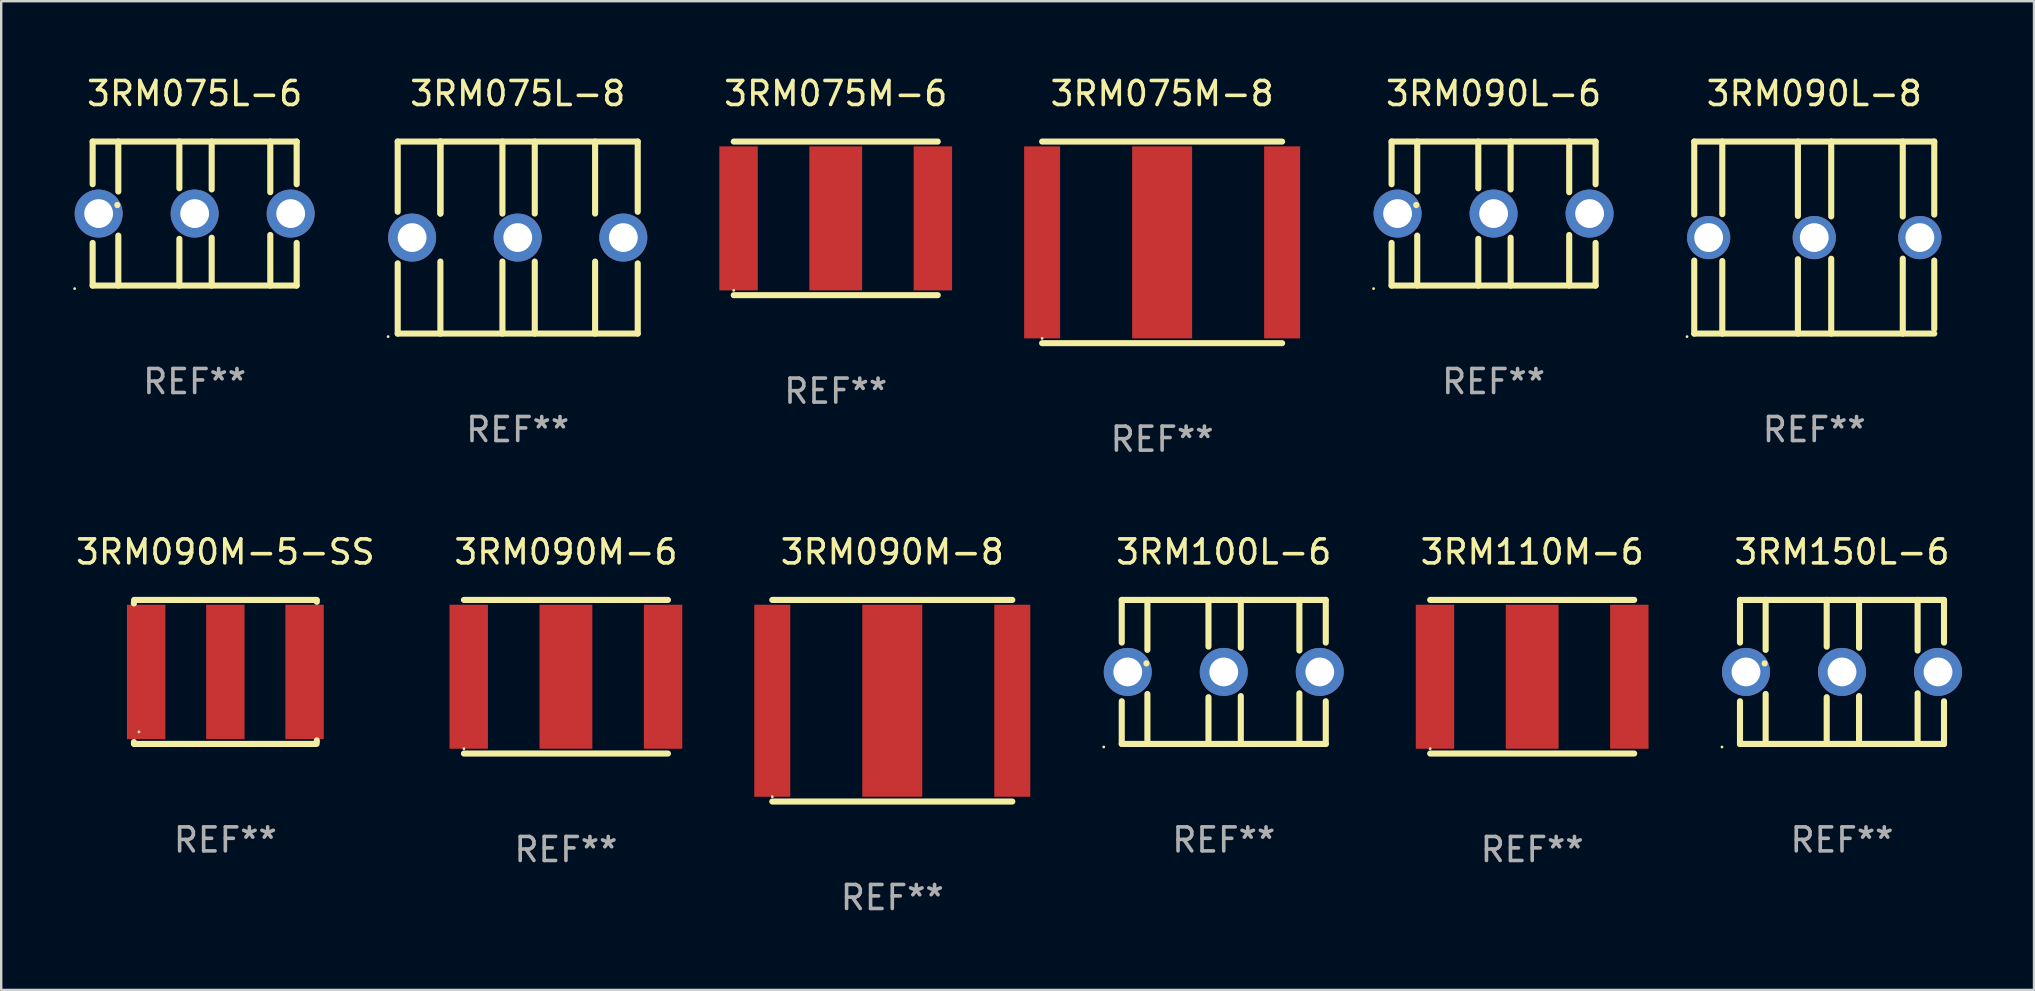
<source format=kicad_pcb>
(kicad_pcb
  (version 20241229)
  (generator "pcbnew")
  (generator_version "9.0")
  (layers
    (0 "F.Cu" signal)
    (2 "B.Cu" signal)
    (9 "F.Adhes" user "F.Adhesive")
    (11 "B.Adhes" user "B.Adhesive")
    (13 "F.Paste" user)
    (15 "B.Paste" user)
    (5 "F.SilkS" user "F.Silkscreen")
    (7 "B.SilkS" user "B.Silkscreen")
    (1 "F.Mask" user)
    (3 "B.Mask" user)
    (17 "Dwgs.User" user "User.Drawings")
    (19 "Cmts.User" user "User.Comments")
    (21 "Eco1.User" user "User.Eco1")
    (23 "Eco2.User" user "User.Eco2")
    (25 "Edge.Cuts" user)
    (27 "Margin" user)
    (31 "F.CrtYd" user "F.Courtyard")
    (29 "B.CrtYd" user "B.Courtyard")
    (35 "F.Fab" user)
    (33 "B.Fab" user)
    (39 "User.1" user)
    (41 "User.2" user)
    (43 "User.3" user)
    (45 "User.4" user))
  (footprint "3RM075M-8"
    (layer "F.Cu")
    (at 45.368 7.048)
    (property "Reference" "3RM075M-8" (at 0 -6.2 0) (layer "F.SilkS") (effects (font (size 1 1) (thickness 0.15))))
    (attr through_hole)
    (fp_line (start -5 -4.2) (end 5 -4.2) (stroke (width 0.254) (type solid)) (layer "F.SilkS"))
    (fp_line (start -5 4.2) (end 5 4.2) (stroke (width 0.254) (type solid)) (layer "F.SilkS"))
    (fp_circle (center -5 4) (end -4.97 4) (stroke (width 0.06) (type solid)) (fill no) (layer "F.SilkS"))
    (fp_text user "REF**" (at 0 8.2 0) (layer "F.Fab") (effects (font (size 1 1) (thickness 0.15))))
    (pad "1" smd rect (at -5 0) (size 1.5 8) (layers "F.Cu" "F.Mask" "F.Paste"))
    (pad "2" smd rect (at 5 0) (size 1.5 8) (layers "F.Cu" "F.Mask" "F.Paste"))
    (pad "3" smd rect (at 0 0) (size 2.5 8) (layers "F.Cu" "F.Mask" "F.Paste")))
  (footprint "3RM090L-6"
    (layer "F.Cu")
    (at 59.178 5.848)
    (property "Reference" "3RM090L-6" (at 0 -5 0) (layer "F.SilkS") (effects (font (size 1 1) (thickness 0.15))))
    (attr through_hole)
    (fp_line (start -4.25 -3) (end -4.25 -1.222) (stroke (width 0.254) (type solid)) (layer "F.SilkS"))
    (fp_line (start -4.25 -3) (end 4.25 -3) (stroke (width 0.254) (type solid)) (layer "F.SilkS"))
    (fp_line (start -4.25 1.222) (end -4.25 3) (stroke (width 0.254) (type solid)) (layer "F.SilkS"))
    (fp_line (start -4.25 3) (end 4.25 3) (stroke (width 0.254) (type solid)) (layer "F.SilkS"))
    (fp_line (start -3.222 -0.359) (end -3.222 -0.353) (stroke (width 0.254) (type solid)) (layer "F.SilkS"))
    (fp_line (start -3.181 -3) (end -3.181 -0.918) (stroke (width 0.254) (type solid)) (layer "F.SilkS"))
    (fp_line (start -3.181 0.918) (end -3.181 3) (stroke (width 0.254) (type solid)) (layer "F.SilkS"))
    (fp_line (start -0.637 -1.053) (end -0.637 -3) (stroke (width 0.254) (type solid)) (layer "F.SilkS"))
    (fp_line (start -0.637 3) (end -0.637 1.053) (stroke (width 0.254) (type solid)) (layer "F.SilkS"))
    (fp_line (start 0.71 -3) (end 0.71 -1.006) (stroke (width 0.254) (type solid)) (layer "F.SilkS"))
    (fp_line (start 0.71 1.006) (end 0.71 3) (stroke (width 0.254) (type solid)) (layer "F.SilkS"))
    (fp_line (start 3.151 -3) (end 3.151 -0.891) (stroke (width 0.254) (type solid)) (layer "F.SilkS"))
    (fp_line (start 3.151 0.891) (end 3.151 3) (stroke (width 0.254) (type solid)) (layer "F.SilkS"))
    (fp_line (start 4.25 -3) (end 4.25 -1.222) (stroke (width 0.254) (type solid)) (layer "F.SilkS"))
    (fp_line (start 4.25 1.222) (end 4.25 3) (stroke (width 0.254) (type solid)) (layer "F.SilkS"))
    (fp_circle (center -5 3.127) (end -4.97 3.127) (stroke (width 0.06) (type solid)) (fill no) (layer "F.SilkS"))
    (fp_text user "REF**" (at 0 7 0) (layer "F.Fab") (effects (font (size 1 1) (thickness 0.15))))
    (pad "1" thru_hole circle (at -4 0) (size 2 2) (drill 1.2) (layers "*.Cu" "*.Mask"))
    (pad "2" thru_hole circle (at 4 0) (size 2 2) (drill 1.2) (layers "*.Cu" "*.Mask"))
    (pad "3" thru_hole circle (at 0 0) (size 2 2) (drill 1.2) (layers "*.Cu" "*.Mask")))
  (footprint "3RM090M-5-SS"
    (layer "F.Cu")
    (at 6.339 24.945)
    (property "Reference" "3RM090M-5-SS" (at 0 -5 0) (layer "F.SilkS") (effects (font (size 1 1) (thickness 0.15))))
    (attr through_hole)
    (fp_line (start -3.81 -2.921) (end -3.81 -2.852) (stroke (width 0.254) (type solid)) (layer "F.SilkS"))
    (fp_line (start -3.81 2.921) (end -3.81 2.99) (stroke (width 0.254) (type solid)) (layer "F.SilkS"))
    (fp_line (start -3.8 -3) (end 3.8 -3) (stroke (width 0.254) (type solid)) (layer "F.SilkS"))
    (fp_line (start -3.8 3) (end 3.8 3) (stroke (width 0.254) (type solid)) (layer "F.SilkS"))
    (fp_line (start 3.81 -2.921) (end 3.81 -2.99) (stroke (width 0.254) (type solid)) (layer "F.SilkS"))
    (fp_line (start 3.81 2.921) (end 3.81 2.852) (stroke (width 0.254) (type solid)) (layer "F.SilkS"))
    (fp_circle (center -3.6 2.5) (end -3.57 2.5) (stroke (width 0.06) (type solid)) (fill no) (layer "F.SilkS"))
    (fp_text user "REF**" (at 0 7 0) (layer "F.Fab") (effects (font (size 1 1) (thickness 0.15))))
    (pad "1" smd rect (at -3.3 0) (size 1.6 5.6) (layers "F.Cu" "F.Mask" "F.Paste"))
    (pad "2" smd rect (at 3.3 0) (size 1.6 5.6) (layers "F.Cu" "F.Mask" "F.Paste"))
    (pad "3" smd rect (at 0 0) (size 1.6 5.6) (layers "F.Cu" "F.Mask" "F.Paste")))
  (footprint "3RM150L-6"
    (layer "F.Cu")
    (at 73.694 24.945)
    (property "Reference" "3RM150L-6" (at 0 -5 0) (layer "F.SilkS") (effects (font (size 1 1) (thickness 0.15))))
    (attr through_hole)
    (fp_line (start -4.25 -3) (end -4.25 -1.222) (stroke (width 0.254) (type solid)) (layer "F.SilkS"))
    (fp_line (start -4.25 -3) (end 4.25 -3) (stroke (width 0.254) (type solid)) (layer "F.SilkS"))
    (fp_line (start -4.25 1.222) (end -4.25 3) (stroke (width 0.254) (type solid)) (layer "F.SilkS"))
    (fp_line (start -4.25 3) (end 4.25 3) (stroke (width 0.254) (type solid)) (layer "F.SilkS"))
    (fp_line (start -3.222 -0.359) (end -3.222 -0.353) (stroke (width 0.254) (type solid)) (layer "F.SilkS"))
    (fp_line (start -3.181 -3) (end -3.181 -0.918) (stroke (width 0.254) (type solid)) (layer "F.SilkS"))
    (fp_line (start -3.181 0.918) (end -3.181 3) (stroke (width 0.254) (type solid)) (layer "F.SilkS"))
    (fp_line (start -0.637 -1.053) (end -0.637 -3) (stroke (width 0.254) (type solid)) (layer "F.SilkS"))
    (fp_line (start -0.637 3) (end -0.637 1.053) (stroke (width 0.254) (type solid)) (layer "F.SilkS"))
    (fp_line (start 0.71 -3) (end 0.71 -1.006) (stroke (width 0.254) (type solid)) (layer "F.SilkS"))
    (fp_line (start 0.71 1.006) (end 0.71 3) (stroke (width 0.254) (type solid)) (layer "F.SilkS"))
    (fp_line (start 3.151 -3) (end 3.151 -0.891) (stroke (width 0.254) (type solid)) (layer "F.SilkS"))
    (fp_line (start 3.151 0.891) (end 3.151 3) (stroke (width 0.254) (type solid)) (layer "F.SilkS"))
    (fp_line (start 4.25 -3) (end 4.25 -1.222) (stroke (width 0.254) (type solid)) (layer "F.SilkS"))
    (fp_line (start 4.25 1.222) (end 4.25 3) (stroke (width 0.254) (type solid)) (layer "F.SilkS"))
    (fp_circle (center -5 3.127) (end -4.97 3.127) (stroke (width 0.06) (type solid)) (fill no) (layer "F.SilkS"))
    (fp_text user "REF**" (at 0 7 0) (layer "F.Fab") (effects (font (size 1 1) (thickness 0.15))))
    (pad "1" thru_hole circle (at -4 0) (size 2 2) (drill 1.2) (layers "*.Cu" "*.Mask"))
    (pad "2" thru_hole circle (at 4 0) (size 2 2) (drill 1.2) (layers "*.Cu" "*.Mask"))
    (pad "3" thru_hole circle (at 0 0) (size 2 2) (drill 1.2) (layers "*.Cu" "*.Mask")))
  (footprint "3RM090M-6"
    (layer "F.Cu")
    (at 20.529 25.145)
    (property "Reference" "3RM090M-6" (at 0 -5.2 0) (layer "F.SilkS") (effects (font (size 1 1) (thickness 0.15))))
    (attr through_hole)
    (fp_line (start -4.25 -3.2) (end 4.25 -3.2) (stroke (width 0.254) (type solid)) (layer "F.SilkS"))
    (fp_line (start -4.25 3.2) (end 4.25 3.2) (stroke (width 0.254) (type solid)) (layer "F.SilkS"))
    (fp_circle (center -4.25 3) (end -4.22 3) (stroke (width 0.06) (type solid)) (fill no) (layer "F.SilkS"))
    (fp_text user "REF**" (at 0 7.2 0) (layer "F.Fab") (effects (font (size 1 1) (thickness 0.15))))
    (pad "1" smd rect (at -4.05 0) (size 1.6 6) (layers "F.Cu" "F.Mask" "F.Paste"))
    (pad "2" smd rect (at 4.047 0) (size 1.6 6) (layers "F.Cu" "F.Mask" "F.Paste"))
    (pad "3" smd rect (at 0 0) (size 2.2 6) (layers "F.Cu" "F.Mask" "F.Paste")))
  (footprint "3RM090L-8"
    (layer "F.Cu")
    (at 72.538 6.848)
    (property "Reference" "3RM090L-8" (at 0 -6 0) (layer "F.SilkS") (effects (font (size 1 1) (thickness 0.15))))
    (attr through_hole)
    (fp_line (start -5 -4) (end -5 -0.958) (stroke (width 0.254) (type solid)) (layer "F.SilkS"))
    (fp_line (start -5 -4) (end 5 -4) (stroke (width 0.254) (type solid)) (layer "F.SilkS"))
    (fp_line (start -5 0.958) (end -5 4) (stroke (width 0.254) (type solid)) (layer "F.SilkS"))
    (fp_line (start -3.831 -0.977) (end -3.831 -4) (stroke (width 0.254) (type solid)) (layer "F.SilkS"))
    (fp_line (start -3.831 4) (end -3.831 0.977) (stroke (width 0.254) (type solid)) (layer "F.SilkS"))
    (fp_line (start -0.681 -4) (end -0.681 -0.902) (stroke (width 0.254) (type solid)) (layer "F.SilkS"))
    (fp_line (start -0.681 0.902) (end -0.681 4) (stroke (width 0.254) (type solid)) (layer "F.SilkS"))
    (fp_line (start 0.707 -0.882) (end 0.707 -4) (stroke (width 0.254) (type solid)) (layer "F.SilkS"))
    (fp_line (start 0.707 4) (end 0.707 0.882) (stroke (width 0.254) (type solid)) (layer "F.SilkS"))
    (fp_line (start 3.688 -4) (end 3.688 -0.878) (stroke (width 0.254) (type solid)) (layer "F.SilkS"))
    (fp_line (start 3.688 0.878) (end 3.688 4) (stroke (width 0.254) (type solid)) (layer "F.SilkS"))
    (fp_line (start 5 -4) (end 5 -0.958) (stroke (width 0.254) (type solid)) (layer "F.SilkS"))
    (fp_line (start 5 0.958) (end 5 3.81) (stroke (width 0.254) (type solid)) (layer "F.SilkS"))
    (fp_line (start 5 4) (end -5 4) (stroke (width 0.254) (type solid)) (layer "F.SilkS"))
    (fp_circle (center -5.3 4.127) (end -5.27 4.127) (stroke (width 0.06) (type solid)) (fill no) (layer "F.SilkS"))
    (fp_text user "REF**" (at 0 8 0) (layer "F.Fab") (effects (font (size 1 1) (thickness 0.15))))
    (pad "1" thru_hole circle (at -4.4 0) (size 1.8 1.8) (drill 1.2) (layers "*.Cu" "*.Mask"))
    (pad "2" thru_hole circle (at 0 0) (size 1.8 1.8) (drill 1.2) (layers "*.Cu" "*.Mask"))
    (pad "3" thru_hole circle (at 4.4 0) (size 1.8 1.8) (drill 1.2) (layers "*.Cu" "*.Mask")))
  (footprint "3RM090M-8"
    (layer "F.Cu")
    (at 34.126 26.145)
    (property "Reference" "3RM090M-8" (at 0 -6.2 0) (layer "F.SilkS") (effects (font (size 1 1) (thickness 0.15))))
    (attr through_hole)
    (fp_line (start -5 -4.2) (end 5 -4.2) (stroke (width 0.254) (type solid)) (layer "F.SilkS"))
    (fp_line (start -5 4.2) (end 5 4.2) (stroke (width 0.254) (type solid)) (layer "F.SilkS"))
    (fp_circle (center -5 4) (end -4.97 4) (stroke (width 0.06) (type solid)) (fill no) (layer "F.SilkS"))
    (fp_text user "REF**" (at 0 8.2 0) (layer "F.Fab") (effects (font (size 1 1) (thickness 0.15))))
    (pad "1" smd rect (at -5 0) (size 1.5 8) (layers "F.Cu" "F.Mask" "F.Paste"))
    (pad "2" smd rect (at 5 0) (size 1.5 8) (layers "F.Cu" "F.Mask" "F.Paste"))
    (pad "3" smd rect (at 0 0) (size 2.5 8) (layers "F.Cu" "F.Mask" "F.Paste")))
  (footprint "3RM110M-6"
    (layer "F.Cu")
    (at 60.786 25.145)
    (property "Reference" "3RM110M-6" (at 0 -5.2 0) (layer "F.SilkS") (effects (font (size 1 1) (thickness 0.15))))
    (attr through_hole)
    (fp_line (start -4.25 -3.2) (end 4.25 -3.2) (stroke (width 0.254) (type solid)) (layer "F.SilkS"))
    (fp_line (start -4.25 3.2) (end 4.25 3.2) (stroke (width 0.254) (type solid)) (layer "F.SilkS"))
    (fp_circle (center -4.25 3) (end -4.22 3) (stroke (width 0.06) (type solid)) (fill no) (layer "F.SilkS"))
    (fp_text user "REF**" (at 0 7.2 0) (layer "F.Fab") (effects (font (size 1 1) (thickness 0.15))))
    (pad "1" smd rect (at -4.05 0) (size 1.6 6) (layers "F.Cu" "F.Mask" "F.Paste"))
    (pad "2" smd rect (at 4.047 0) (size 1.6 6) (layers "F.Cu" "F.Mask" "F.Paste"))
    (pad "3" smd rect (at 0 0) (size 2.2 6) (layers "F.Cu" "F.Mask" "F.Paste")))
  (footprint "3RM075M-6"
    (layer "F.Cu")
    (at 31.77 6.048)
    (property "Reference" "3RM075M-6" (at 0 -5.2 0) (layer "F.SilkS") (effects (font (size 1 1) (thickness 0.15))))
    (attr through_hole)
    (fp_line (start -4.25 -3.2) (end 4.25 -3.2) (stroke (width 0.254) (type solid)) (layer "F.SilkS"))
    (fp_line (start -4.25 3.2) (end 4.25 3.2) (stroke (width 0.254) (type solid)) (layer "F.SilkS"))
    (fp_circle (center -4.25 3) (end -4.22 3) (stroke (width 0.06) (type solid)) (fill no) (layer "F.SilkS"))
    (fp_text user "REF**" (at 0 7.2 0) (layer "F.Fab") (effects (font (size 1 1) (thickness 0.15))))
    (pad "1" smd rect (at -4.05 0) (size 1.6 6) (layers "F.Cu" "F.Mask" "F.Paste"))
    (pad "2" smd rect (at 4.047 0) (size 1.6 6) (layers "F.Cu" "F.Mask" "F.Paste"))
    (pad "3" smd rect (at 0 0) (size 2.2 6) (layers "F.Cu" "F.Mask" "F.Paste")))
  (footprint "3RM075L-8"
    (layer "F.Cu")
    (at 18.52 6.848)
    (property "Reference" "3RM075L-8" (at 0 -6 0) (layer "F.SilkS") (effects (font (size 1 1) (thickness 0.15))))
    (attr through_hole)
    (fp_line (start -5 -4) (end -5 -1.075) (stroke (width 0.254) (type solid)) (layer "F.SilkS"))
    (fp_line (start -5 -4) (end 5 -4) (stroke (width 0.254) (type solid)) (layer "F.SilkS"))
    (fp_line (start -5 1.075) (end -5 4) (stroke (width 0.254) (type solid)) (layer "F.SilkS"))
    (fp_line (start -5 4) (end 5 4) (stroke (width 0.254) (type solid)) (layer "F.SilkS"))
    (fp_line (start -3.222 -1) (end -3.222 -4) (stroke (width 0.254) (type solid)) (layer "F.SilkS"))
    (fp_line (start -3.222 -1) (end -3.222 -4) (stroke (width 0.254) (type solid)) (layer "F.SilkS"))
    (fp_line (start -3.222 1) (end -3.222 4) (stroke (width 0.254) (type solid)) (layer "F.SilkS"))
    (fp_line (start -0.637 -1) (end -0.637 -4) (stroke (width 0.254) (type solid)) (layer "F.SilkS"))
    (fp_line (start -0.637 1) (end -0.637 4) (stroke (width 0.254) (type solid)) (layer "F.SilkS"))
    (fp_line (start 0.71 -1) (end 0.71 -4) (stroke (width 0.254) (type solid)) (layer "F.SilkS"))
    (fp_line (start 0.71 1) (end 0.71 4) (stroke (width 0.254) (type solid)) (layer "F.SilkS"))
    (fp_line (start 3.224 -1) (end 3.224 -4) (stroke (width 0.254) (type solid)) (layer "F.SilkS"))
    (fp_line (start 3.224 1) (end 3.224 4) (stroke (width 0.254) (type solid)) (layer "F.SilkS"))
    (fp_line (start 5 -4) (end 5 -1.075) (stroke (width 0.254) (type solid)) (layer "F.SilkS"))
    (fp_line (start 5 1.075) (end 5 4) (stroke (width 0.254) (type solid)) (layer "F.SilkS"))
    (fp_circle (center -5.4 4.127) (end -5.37 4.127) (stroke (width 0.06) (type solid)) (fill no) (layer "F.SilkS"))
    (fp_text user "REF**" (at 0 8 0) (layer "F.Fab") (effects (font (size 1 1) (thickness 0.15))))
    (pad "1" thru_hole circle (at -4.4 0) (size 2 2) (drill 1.2) (layers "*.Cu" "*.Mask"))
    (pad "2" thru_hole circle (at 4.4 0) (size 2 2) (drill 1.2) (layers "*.Cu" "*.Mask"))
    (pad "3" thru_hole circle (at 0 0) (size 2 2) (drill 1.2) (layers "*.Cu" "*.Mask")))
  (footprint "3RM100L-6"
    (layer "F.Cu")
    (at 47.936 24.945)
    (property "Reference" "3RM100L-6" (at 0 -5 0) (layer "F.SilkS") (effects (font (size 1 1) (thickness 0.15))))
    (attr through_hole)
    (fp_line (start -4.25 -3) (end -4.25 -1.222) (stroke (width 0.254) (type solid)) (layer "F.SilkS"))
    (fp_line (start -4.25 -3) (end 4.25 -3) (stroke (width 0.254) (type solid)) (layer "F.SilkS"))
    (fp_line (start -4.25 1.222) (end -4.25 3) (stroke (width 0.254) (type solid)) (layer "F.SilkS"))
    (fp_line (start -4.25 3) (end 4.25 3) (stroke (width 0.254) (type solid)) (layer "F.SilkS"))
    (fp_line (start -3.222 -0.359) (end -3.222 -0.353) (stroke (width 0.254) (type solid)) (layer "F.SilkS"))
    (fp_line (start -3.181 -3) (end -3.181 -0.918) (stroke (width 0.254) (type solid)) (layer "F.SilkS"))
    (fp_line (start -3.181 0.918) (end -3.181 3) (stroke (width 0.254) (type solid)) (layer "F.SilkS"))
    (fp_line (start -0.637 -1.053) (end -0.637 -3) (stroke (width 0.254) (type solid)) (layer "F.SilkS"))
    (fp_line (start -0.637 3) (end -0.637 1.053) (stroke (width 0.254) (type solid)) (layer "F.SilkS"))
    (fp_line (start 0.71 -3) (end 0.71 -1.006) (stroke (width 0.254) (type solid)) (layer "F.SilkS"))
    (fp_line (start 0.71 1.006) (end 0.71 3) (stroke (width 0.254) (type solid)) (layer "F.SilkS"))
    (fp_line (start 3.151 -3) (end 3.151 -0.891) (stroke (width 0.254) (type solid)) (layer "F.SilkS"))
    (fp_line (start 3.151 0.891) (end 3.151 3) (stroke (width 0.254) (type solid)) (layer "F.SilkS"))
    (fp_line (start 4.25 -3) (end 4.25 -1.222) (stroke (width 0.254) (type solid)) (layer "F.SilkS"))
    (fp_line (start 4.25 1.222) (end 4.25 3) (stroke (width 0.254) (type solid)) (layer "F.SilkS"))
    (fp_circle (center -5 3.127) (end -4.97 3.127) (stroke (width 0.06) (type solid)) (fill no) (layer "F.SilkS"))
    (fp_text user "REF**" (at 0 7 0) (layer "F.Fab") (effects (font (size 1 1) (thickness 0.15))))
    (pad "1" thru_hole circle (at -4 0) (size 2 2) (drill 1.2) (layers "*.Cu" "*.Mask"))
    (pad "2" thru_hole circle (at 4 0) (size 2 2) (drill 1.2) (layers "*.Cu" "*.Mask"))
    (pad "3" thru_hole circle (at 0 0) (size 2 2) (drill 1.2) (layers "*.Cu" "*.Mask")))
  (footprint "3RM075L-6"
    (layer "F.Cu")
    (at 5.06 5.848)
    (property "Reference" "3RM075L-6" (at 0 -5 0) (layer "F.SilkS") (effects (font (size 1 1) (thickness 0.15))))
    (attr through_hole)
    (fp_line (start -4.25 -3) (end -4.25 -1.222) (stroke (width 0.254) (type solid)) (layer "F.SilkS"))
    (fp_line (start -4.25 -3) (end 4.25 -3) (stroke (width 0.254) (type solid)) (layer "F.SilkS"))
    (fp_line (start -4.25 1.222) (end -4.25 3) (stroke (width 0.254) (type solid)) (layer "F.SilkS"))
    (fp_line (start -4.25 3) (end 4.25 3) (stroke (width 0.254) (type solid)) (layer "F.SilkS"))
    (fp_line (start -3.222 -0.359) (end -3.222 -0.353) (stroke (width 0.254) (type solid)) (layer "F.SilkS"))
    (fp_line (start -3.181 -3) (end -3.181 -0.918) (stroke (width 0.254) (type solid)) (layer "F.SilkS"))
    (fp_line (start -3.181 0.918) (end -3.181 3) (stroke (width 0.254) (type solid)) (layer "F.SilkS"))
    (fp_line (start -0.637 -1.053) (end -0.637 -3) (stroke (width 0.254) (type solid)) (layer "F.SilkS"))
    (fp_line (start -0.637 3) (end -0.637 1.053) (stroke (width 0.254) (type solid)) (layer "F.SilkS"))
    (fp_line (start 0.71 -3) (end 0.71 -1.006) (stroke (width 0.254) (type solid)) (layer "F.SilkS"))
    (fp_line (start 0.71 1.006) (end 0.71 3) (stroke (width 0.254) (type solid)) (layer "F.SilkS"))
    (fp_line (start 3.151 -3) (end 3.151 -0.891) (stroke (width 0.254) (type solid)) (layer "F.SilkS"))
    (fp_line (start 3.151 0.891) (end 3.151 3) (stroke (width 0.254) (type solid)) (layer "F.SilkS"))
    (fp_line (start 4.25 -3) (end 4.25 -1.222) (stroke (width 0.254) (type solid)) (layer "F.SilkS"))
    (fp_line (start 4.25 1.222) (end 4.25 3) (stroke (width 0.254) (type solid)) (layer "F.SilkS"))
    (fp_circle (center -5 3.127) (end -4.97 3.127) (stroke (width 0.06) (type solid)) (fill no) (layer "F.SilkS"))
    (fp_text user "REF**" (at 0 7 0) (layer "F.Fab") (effects (font (size 1 1) (thickness 0.15))))
    (pad "1" thru_hole circle (at -4 0) (size 2 2) (drill 1.2) (layers "*.Cu" "*.Mask"))
    (pad "2" thru_hole circle (at 4 0) (size 2 2) (drill 1.2) (layers "*.Cu" "*.Mask"))
    (pad "3" thru_hole circle (at 0 0) (size 2 2) (drill 1.2) (layers "*.Cu" "*.Mask")))
  (gr_rect
    (start -3 -3)
    (end 81.694 38.193)
    (stroke (width 0.1) (type default))
    (fill no)
    (layer "Edge.Cuts")))
</source>
